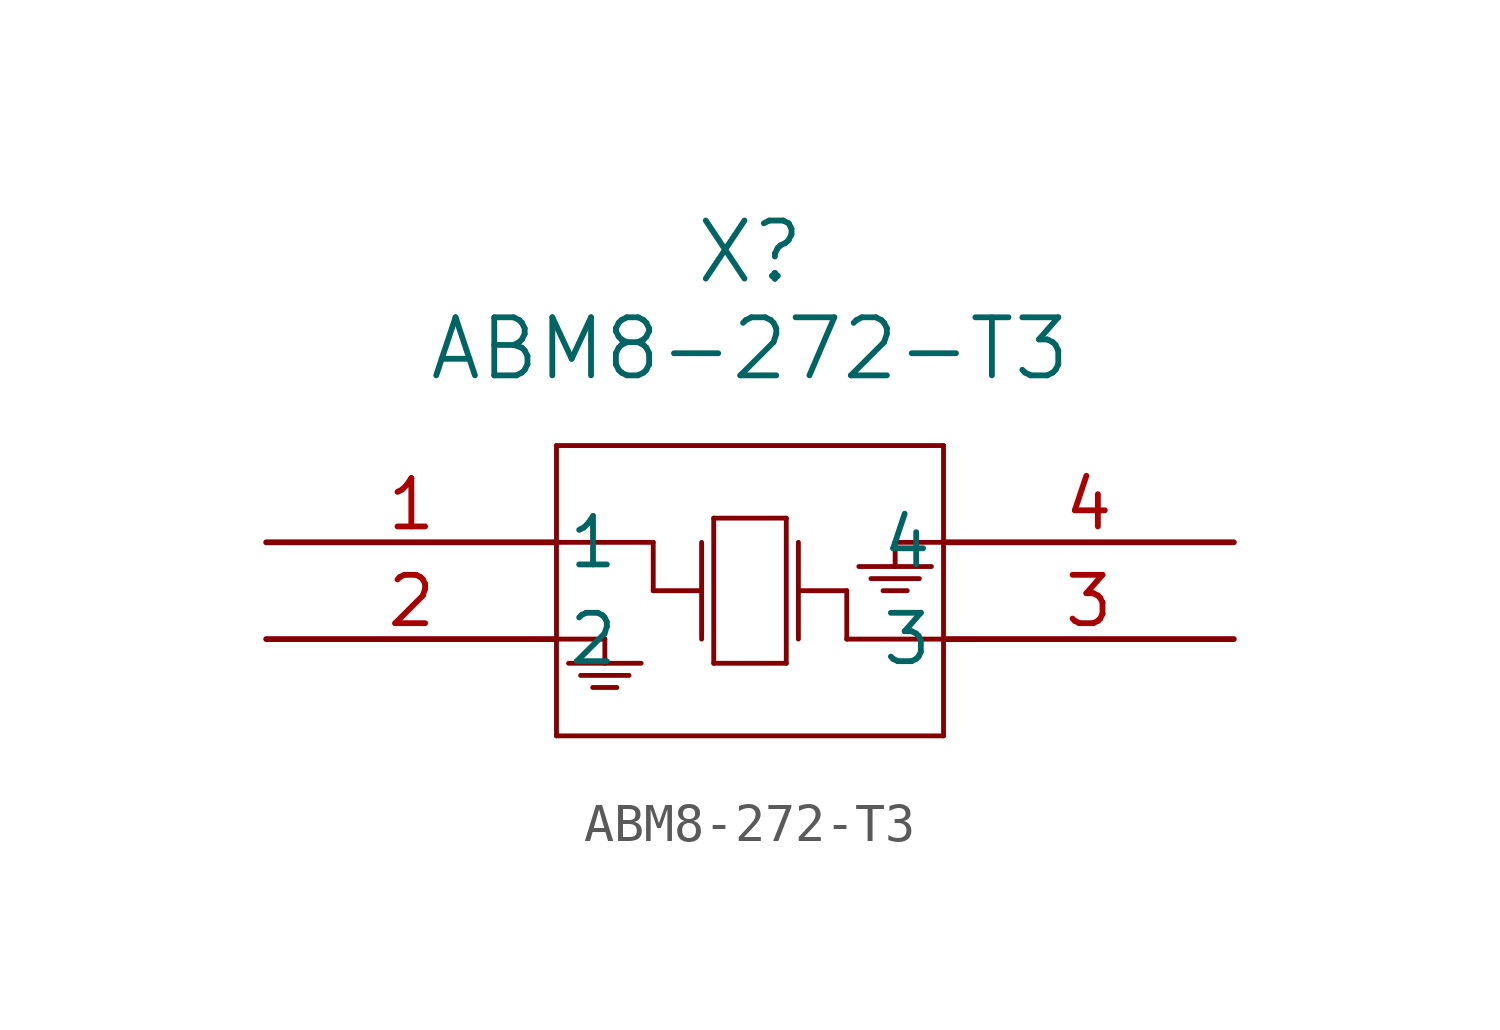
<source format=kicad_sym>
(kicad_symbol_lib
  (version 20220914)
  (generator kicad_symbol_editor)
  (symbol "ABM8-272-T3"
    (pin_names
      (offset 0.254))
    (property "Reference" "X"
      (at 12.7 7.62 0)
      (effects (font (size 1.524 1.524))))
    (property "Value" "ABM8-272-T3"
      (at 12.7 5.08 0)
      (effects (font (size 1.524 1.524))))
    (symbol "ABM8-272-T3_0_1"
      (polyline (pts (xy 7.62 -5.08) (xy 17.78 -5.08)) (stroke (width 0.127) (type default)) (fill (type none)))
      (polyline (pts (xy 7.62 -2.54) (xy 8.89 -2.54)) (stroke (width 0.127) (type default)) (fill (type none)))
      (polyline (pts (xy 7.62 2.54) (xy 7.62 -5.08)) (stroke (width 0.127) (type default)) (fill (type none)))
      (polyline (pts (xy 7.938 -3.175) (xy 9.842 -3.175)) (stroke (width 0.127) (type default)) (fill (type none)))
      (polyline (pts (xy 8.255 -3.493) (xy 9.525 -3.493)) (stroke (width 0.127) (type default)) (fill (type none)))
      (polyline (pts (xy 8.572 -3.81) (xy 9.207 -3.81)) (stroke (width 0.127) (type default)) (fill (type none)))
      (polyline (pts (xy 8.89 -2.54) (xy 8.89 -3.175)) (stroke (width 0.127) (type default)) (fill (type none)))
      (polyline (pts (xy 10.16 -1.27) (xy 10.16 0)) (stroke (width 0.127) (type default)) (fill (type none)))
      (polyline (pts (xy 10.16 0) (xy 7.62 0)) (stroke (width 0.127) (type default)) (fill (type none)))
      (polyline (pts (xy 11.43 -1.27) (xy 10.16 -1.27)) (stroke (width 0.127) (type default)) (fill (type none)))
      (polyline (pts (xy 11.43 0) (xy 11.43 -2.54)) (stroke (width 0.127) (type default)) (fill (type none)))
      (polyline (pts (xy 11.748 -3.175) (xy 13.652 -3.175)) (stroke (width 0.127) (type default)) (fill (type none)))
      (polyline (pts (xy 11.748 0.635) (xy 11.748 -3.175)) (stroke (width 0.127) (type default)) (fill (type none)))
      (polyline (pts (xy 13.652 -3.175) (xy 13.652 0.635)) (stroke (width 0.127) (type default)) (fill (type none)))
      (polyline (pts (xy 13.652 0.635) (xy 11.748 0.635)) (stroke (width 0.127) (type default)) (fill (type none)))
      (polyline (pts (xy 13.97 -1.27) (xy 15.24 -1.27)) (stroke (width 0.127) (type default)) (fill (type none)))
      (polyline (pts (xy 13.97 0) (xy 13.97 -2.54)) (stroke (width 0.127) (type default)) (fill (type none)))
      (polyline (pts (xy 15.24 -2.54) (xy 17.78 -2.54)) (stroke (width 0.127) (type default)) (fill (type none)))
      (polyline (pts (xy 15.24 -1.27) (xy 15.24 -2.54)) (stroke (width 0.127) (type default)) (fill (type none)))
      (polyline (pts (xy 16.51 0) (xy 16.51 -0.635)) (stroke (width 0.127) (type default)) (fill (type none)))
      (polyline (pts (xy 16.828 -1.27) (xy 16.192 -1.27)) (stroke (width 0.127) (type default)) (fill (type none)))
      (polyline (pts (xy 17.145 -0.953) (xy 15.875 -0.953)) (stroke (width 0.127) (type default)) (fill (type none)))
      (polyline (pts (xy 17.462 -0.635) (xy 15.557 -0.635)) (stroke (width 0.127) (type default)) (fill (type none)))
      (polyline (pts (xy 17.78 -5.08) (xy 17.78 2.54)) (stroke (width 0.127) (type default)) (fill (type none)))
      (polyline (pts (xy 17.78 0) (xy 16.51 0)) (stroke (width 0.127) (type default)) (fill (type none)))
      (polyline (pts (xy 17.78 2.54) (xy 7.62 2.54)) (stroke (width 0.127) (type default)) (fill (type none)))
      (pin unspecified line (at 0 0 0) (length 7.62) (name "1" (effects (font (size 1.27 1.27)))) (number "1" (effects (font (size 1.27 1.27)))))
      (pin unspecified line (at 0 -2.54 0) (length 7.62) (name "2" (effects (font (size 1.27 1.27)))) (number "2" (effects (font (size 1.27 1.27)))))
      (pin unspecified line (at 25.4 -2.54 180) (length 7.62) (name "3" (effects (font (size 1.27 1.27)))) (number "3" (effects (font (size 1.27 1.27)))))
      (pin unspecified line (at 25.4 0 180) (length 7.62) (name "4" (effects (font (size 1.27 1.27)))) (number "4" (effects (font (size 1.27 1.27))))))))
</source>
